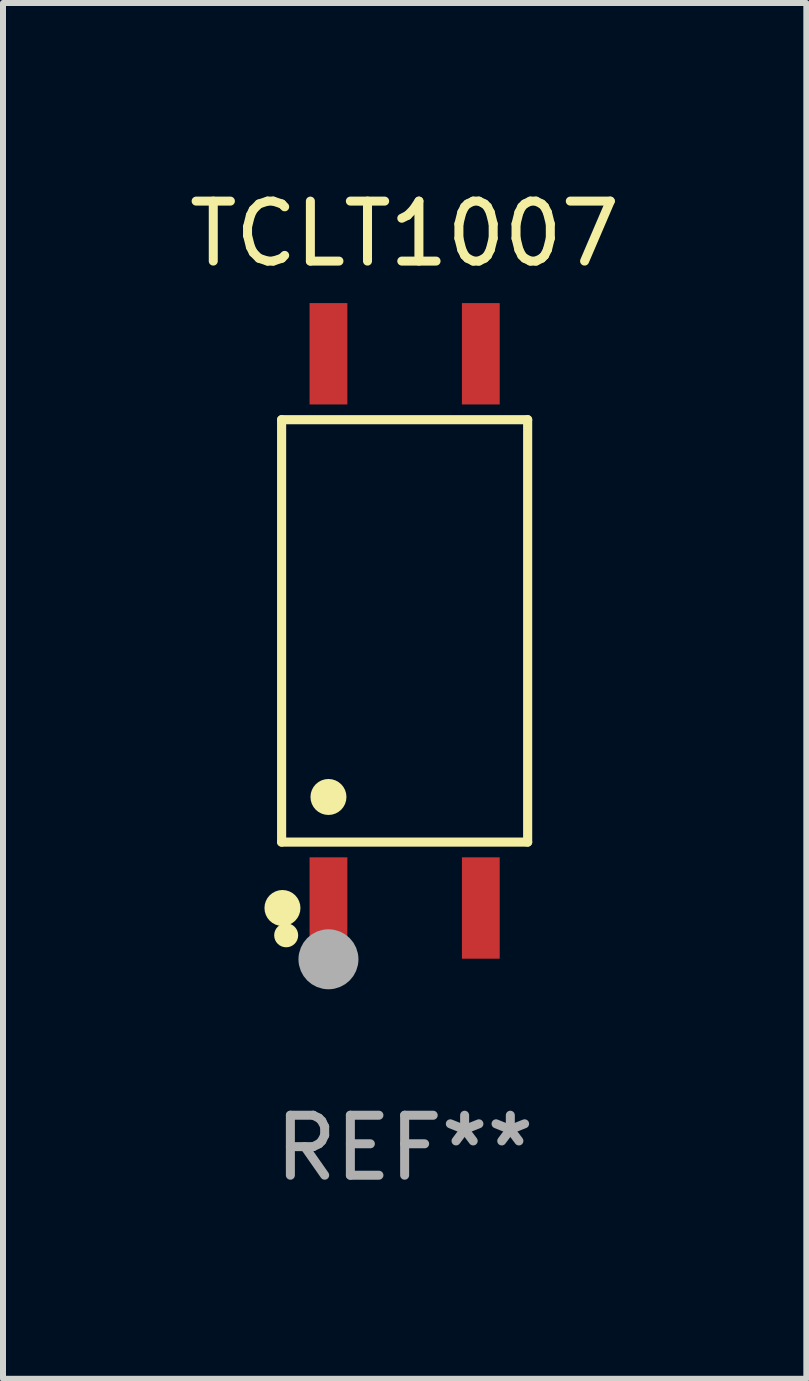
<source format=kicad_pcb>
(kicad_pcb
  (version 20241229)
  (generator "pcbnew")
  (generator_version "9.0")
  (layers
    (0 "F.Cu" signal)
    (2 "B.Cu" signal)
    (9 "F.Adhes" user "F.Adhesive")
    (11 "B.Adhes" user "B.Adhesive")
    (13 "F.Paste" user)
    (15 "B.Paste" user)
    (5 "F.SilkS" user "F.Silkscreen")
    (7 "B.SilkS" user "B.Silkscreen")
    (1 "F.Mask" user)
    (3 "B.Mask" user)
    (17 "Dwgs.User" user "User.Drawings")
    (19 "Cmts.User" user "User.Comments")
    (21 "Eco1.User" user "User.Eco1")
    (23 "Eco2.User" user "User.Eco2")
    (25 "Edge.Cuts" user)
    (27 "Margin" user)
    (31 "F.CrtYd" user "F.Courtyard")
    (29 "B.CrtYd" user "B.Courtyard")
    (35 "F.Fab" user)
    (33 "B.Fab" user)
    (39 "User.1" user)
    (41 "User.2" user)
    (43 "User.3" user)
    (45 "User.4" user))
  (footprint "TCLT1007"
    (layer "F.Cu")
    (at 3.696 7.468)
    (property "Reference" "TCLT1007" (at 0 -6.62 0) (layer "F.SilkS") (effects (font (size 1 1) (thickness 0.15))))
    (attr through_hole)
    (fp_line (start -2.051 -3.521) (end 2.051 -3.521) (stroke (width 0.152) (type solid)) (layer "F.SilkS"))
    (fp_line (start -2.051 3.521) (end -2.051 -3.521) (stroke (width 0.152) (type solid)) (layer "F.SilkS"))
    (fp_line (start 2.051 -3.521) (end 2.051 3.521) (stroke (width 0.152) (type solid)) (layer "F.SilkS"))
    (fp_line (start 2.051 3.521) (end -2.051 3.521) (stroke (width 0.152) (type solid)) (layer "F.SilkS"))
    (fp_circle (center -2.037 4.62) (end -1.887 4.62) (stroke (width 0.3) (type solid)) (fill no) (layer "F.SilkS"))
    (fp_circle (center -1.975 5.075) (end -1.875 5.075) (stroke (width 0.2) (type solid)) (fill no) (layer "F.SilkS"))
    (fp_circle (center -1.27 2.769) (end -1.12 2.769) (stroke (width 0.3) (type solid)) (fill no) (layer "F.SilkS"))
    (fp_circle (center -1.27 5.475) (end -1.02 5.475) (stroke (width 0.5) (type solid)) (fill no) (layer "F.Fab"))
    (fp_text user "REF**" (at 0 8.62 0) (layer "F.Fab") (effects (font (size 1 1) (thickness 0.15))))
    (pad "1" smd rect (at -1.27 4.62) (size 0.63 1.69) (layers "F.Cu" "F.Mask" "F.Paste"))
    (pad "2" smd rect (at 1.27 4.62) (size 0.63 1.69) (layers "F.Cu" "F.Mask" "F.Paste"))
    (pad "3" smd rect (at 1.27 -4.62) (size 0.63 1.69) (layers "F.Cu" "F.Mask" "F.Paste"))
    (pad "4" smd rect (at -1.27 -4.62) (size 0.63 1.69) (layers "F.Cu" "F.Mask" "F.Paste")))
  (gr_rect
    (start -3 -3)
    (end 10.393 19.937)
    (stroke (width 0.1) (type default))
    (fill no)
    (layer "Edge.Cuts")))
</source>
